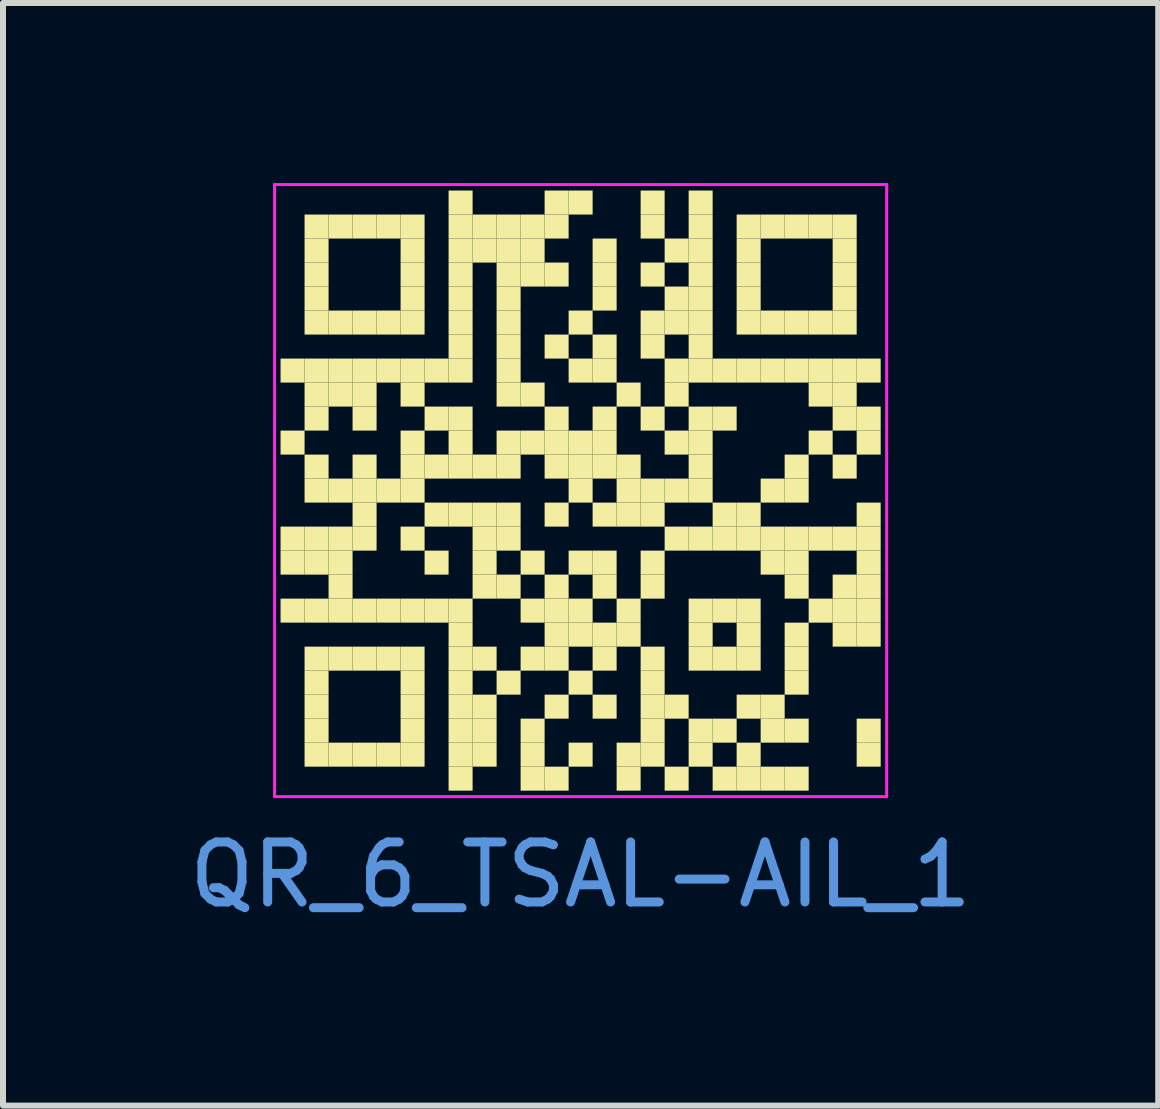
<source format=kicad_pcb>
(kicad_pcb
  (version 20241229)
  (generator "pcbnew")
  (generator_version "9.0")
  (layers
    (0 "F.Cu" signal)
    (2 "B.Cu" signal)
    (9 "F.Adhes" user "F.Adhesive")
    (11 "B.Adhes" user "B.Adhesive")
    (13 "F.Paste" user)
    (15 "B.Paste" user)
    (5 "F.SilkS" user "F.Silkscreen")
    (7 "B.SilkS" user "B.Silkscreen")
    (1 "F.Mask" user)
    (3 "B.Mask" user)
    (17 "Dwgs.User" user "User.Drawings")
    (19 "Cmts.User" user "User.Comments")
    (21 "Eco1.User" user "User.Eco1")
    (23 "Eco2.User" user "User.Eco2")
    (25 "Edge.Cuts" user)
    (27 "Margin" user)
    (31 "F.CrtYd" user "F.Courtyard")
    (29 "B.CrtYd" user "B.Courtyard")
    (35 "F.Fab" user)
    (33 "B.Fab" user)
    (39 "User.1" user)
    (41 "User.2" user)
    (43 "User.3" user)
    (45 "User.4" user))
  (footprint "QR_6_TSAL-AIL_1"
    (layer "F.Cu")
    (at 6.625 5.125)
    (property "Reference" "QR_6_TSAL-AIL_1" (at 0 6.4 0) (layer "Cmts.User") (effects (font (size 1 1) (thickness 0.15))))
    (fp_rect (start -5 -2.2) (end -4.6 -1.8) (stroke (width 0) (type solid)) (fill yes) (layer "F.SilkS"))
    (fp_rect (start -5 -1) (end -4.6 -0.6) (stroke (width 0) (type solid)) (fill yes) (layer "F.SilkS"))
    (fp_rect (start -5 0.6) (end -4.6 1) (stroke (width 0) (type solid)) (fill yes) (layer "F.SilkS"))
    (fp_rect (start -5 1) (end -4.6 1.4) (stroke (width 0) (type solid)) (fill yes) (layer "F.SilkS"))
    (fp_rect (start -5 1.8) (end -4.6 2.2) (stroke (width 0) (type solid)) (fill yes) (layer "F.SilkS"))
    (fp_rect (start -4.6 -4.6) (end -4.2 -4.2) (stroke (width 0) (type solid)) (fill yes) (layer "F.SilkS"))
    (fp_rect (start -4.6 -4.2) (end -4.2 -3.8) (stroke (width 0) (type solid)) (fill yes) (layer "F.SilkS"))
    (fp_rect (start -4.6 -3.8) (end -4.2 -3.4) (stroke (width 0) (type solid)) (fill yes) (layer "F.SilkS"))
    (fp_rect (start -4.6 -3.4) (end -4.2 -3) (stroke (width 0) (type solid)) (fill yes) (layer "F.SilkS"))
    (fp_rect (start -4.6 -3) (end -4.2 -2.6) (stroke (width 0) (type solid)) (fill yes) (layer "F.SilkS"))
    (fp_rect (start -4.6 -2.2) (end -4.2 -1.8) (stroke (width 0) (type solid)) (fill yes) (layer "F.SilkS"))
    (fp_rect (start -4.6 -1.8) (end -4.2 -1.4) (stroke (width 0) (type solid)) (fill yes) (layer "F.SilkS"))
    (fp_rect (start -4.6 -1.4) (end -4.2 -1) (stroke (width 0) (type solid)) (fill yes) (layer "F.SilkS"))
    (fp_rect (start -4.6 -0.6) (end -4.2 -0.2) (stroke (width 0) (type solid)) (fill yes) (layer "F.SilkS"))
    (fp_rect (start -4.6 -0.2) (end -4.2 0.2) (stroke (width 0) (type solid)) (fill yes) (layer "F.SilkS"))
    (fp_rect (start -4.6 0.6) (end -4.2 1) (stroke (width 0) (type solid)) (fill yes) (layer "F.SilkS"))
    (fp_rect (start -4.6 1) (end -4.2 1.4) (stroke (width 0) (type solid)) (fill yes) (layer "F.SilkS"))
    (fp_rect (start -4.6 1.8) (end -4.2 2.2) (stroke (width 0) (type solid)) (fill yes) (layer "F.SilkS"))
    (fp_rect (start -4.6 2.6) (end -4.2 3) (stroke (width 0) (type solid)) (fill yes) (layer "F.SilkS"))
    (fp_rect (start -4.6 3) (end -4.2 3.4) (stroke (width 0) (type solid)) (fill yes) (layer "F.SilkS"))
    (fp_rect (start -4.6 3.4) (end -4.2 3.8) (stroke (width 0) (type solid)) (fill yes) (layer "F.SilkS"))
    (fp_rect (start -4.6 3.8) (end -4.2 4.2) (stroke (width 0) (type solid)) (fill yes) (layer "F.SilkS"))
    (fp_rect (start -4.6 4.2) (end -4.2 4.6) (stroke (width 0) (type solid)) (fill yes) (layer "F.SilkS"))
    (fp_rect (start -4.2 -4.6) (end -3.8 -4.2) (stroke (width 0) (type solid)) (fill yes) (layer "F.SilkS"))
    (fp_rect (start -4.2 -3) (end -3.8 -2.6) (stroke (width 0) (type solid)) (fill yes) (layer "F.SilkS"))
    (fp_rect (start -4.2 -2.2) (end -3.8 -1.8) (stroke (width 0) (type solid)) (fill yes) (layer "F.SilkS"))
    (fp_rect (start -4.2 -1.8) (end -3.8 -1.4) (stroke (width 0) (type solid)) (fill yes) (layer "F.SilkS"))
    (fp_rect (start -4.2 -0.2) (end -3.8 0.2) (stroke (width 0) (type solid)) (fill yes) (layer "F.SilkS"))
    (fp_rect (start -4.2 0.6) (end -3.8 1) (stroke (width 0) (type solid)) (fill yes) (layer "F.SilkS"))
    (fp_rect (start -4.2 1) (end -3.8 1.4) (stroke (width 0) (type solid)) (fill yes) (layer "F.SilkS"))
    (fp_rect (start -4.2 1.4) (end -3.8 1.8) (stroke (width 0) (type solid)) (fill yes) (layer "F.SilkS"))
    (fp_rect (start -4.2 1.8) (end -3.8 2.2) (stroke (width 0) (type solid)) (fill yes) (layer "F.SilkS"))
    (fp_rect (start -4.2 2.6) (end -3.8 3) (stroke (width 0) (type solid)) (fill yes) (layer "F.SilkS"))
    (fp_rect (start -4.2 4.2) (end -3.8 4.6) (stroke (width 0) (type solid)) (fill yes) (layer "F.SilkS"))
    (fp_rect (start -3.8 -4.6) (end -3.4 -4.2) (stroke (width 0) (type solid)) (fill yes) (layer "F.SilkS"))
    (fp_rect (start -3.8 -3) (end -3.4 -2.6) (stroke (width 0) (type solid)) (fill yes) (layer "F.SilkS"))
    (fp_rect (start -3.8 -2.2) (end -3.4 -1.8) (stroke (width 0) (type solid)) (fill yes) (layer "F.SilkS"))
    (fp_rect (start -3.8 -1.8) (end -3.4 -1.4) (stroke (width 0) (type solid)) (fill yes) (layer "F.SilkS"))
    (fp_rect (start -3.8 -1.4) (end -3.4 -1) (stroke (width 0) (type solid)) (fill yes) (layer "F.SilkS"))
    (fp_rect (start -3.8 -0.6) (end -3.4 -0.2) (stroke (width 0) (type solid)) (fill yes) (layer "F.SilkS"))
    (fp_rect (start -3.8 -0.2) (end -3.4 0.2) (stroke (width 0) (type solid)) (fill yes) (layer "F.SilkS"))
    (fp_rect (start -3.8 0.2) (end -3.4 0.6) (stroke (width 0) (type solid)) (fill yes) (layer "F.SilkS"))
    (fp_rect (start -3.8 0.6) (end -3.4 1) (stroke (width 0) (type solid)) (fill yes) (layer "F.SilkS"))
    (fp_rect (start -3.8 1.8) (end -3.4 2.2) (stroke (width 0) (type solid)) (fill yes) (layer "F.SilkS"))
    (fp_rect (start -3.8 2.6) (end -3.4 3) (stroke (width 0) (type solid)) (fill yes) (layer "F.SilkS"))
    (fp_rect (start -3.8 4.2) (end -3.4 4.6) (stroke (width 0) (type solid)) (fill yes) (layer "F.SilkS"))
    (fp_rect (start -3.4 -4.6) (end -3 -4.2) (stroke (width 0) (type solid)) (fill yes) (layer "F.SilkS"))
    (fp_rect (start -3.4 -3) (end -3 -2.6) (stroke (width 0) (type solid)) (fill yes) (layer "F.SilkS"))
    (fp_rect (start -3.4 -2.2) (end -3 -1.8) (stroke (width 0) (type solid)) (fill yes) (layer "F.SilkS"))
    (fp_rect (start -3.4 -0.2) (end -3 0.2) (stroke (width 0) (type solid)) (fill yes) (layer "F.SilkS"))
    (fp_rect (start -3.4 1.8) (end -3 2.2) (stroke (width 0) (type solid)) (fill yes) (layer "F.SilkS"))
    (fp_rect (start -3.4 2.6) (end -3 3) (stroke (width 0) (type solid)) (fill yes) (layer "F.SilkS"))
    (fp_rect (start -3.4 4.2) (end -3 4.6) (stroke (width 0) (type solid)) (fill yes) (layer "F.SilkS"))
    (fp_rect (start -3 -4.6) (end -2.6 -4.2) (stroke (width 0) (type solid)) (fill yes) (layer "F.SilkS"))
    (fp_rect (start -3 -4.2) (end -2.6 -3.8) (stroke (width 0) (type solid)) (fill yes) (layer "F.SilkS"))
    (fp_rect (start -3 -3.8) (end -2.6 -3.4) (stroke (width 0) (type solid)) (fill yes) (layer "F.SilkS"))
    (fp_rect (start -3 -3.4) (end -2.6 -3) (stroke (width 0) (type solid)) (fill yes) (layer "F.SilkS"))
    (fp_rect (start -3 -3) (end -2.6 -2.6) (stroke (width 0) (type solid)) (fill yes) (layer "F.SilkS"))
    (fp_rect (start -3 -2.2) (end -2.6 -1.8) (stroke (width 0) (type solid)) (fill yes) (layer "F.SilkS"))
    (fp_rect (start -3 -1.8) (end -2.6 -1.4) (stroke (width 0) (type solid)) (fill yes) (layer "F.SilkS"))
    (fp_rect (start -3 -1) (end -2.6 -0.6) (stroke (width 0) (type solid)) (fill yes) (layer "F.SilkS"))
    (fp_rect (start -3 -0.6) (end -2.6 -0.2) (stroke (width 0) (type solid)) (fill yes) (layer "F.SilkS"))
    (fp_rect (start -3 -0.2) (end -2.6 0.2) (stroke (width 0) (type solid)) (fill yes) (layer "F.SilkS"))
    (fp_rect (start -3 0.6) (end -2.6 1) (stroke (width 0) (type solid)) (fill yes) (layer "F.SilkS"))
    (fp_rect (start -3 1.8) (end -2.6 2.2) (stroke (width 0) (type solid)) (fill yes) (layer "F.SilkS"))
    (fp_rect (start -3 2.6) (end -2.6 3) (stroke (width 0) (type solid)) (fill yes) (layer "F.SilkS"))
    (fp_rect (start -3 3) (end -2.6 3.4) (stroke (width 0) (type solid)) (fill yes) (layer "F.SilkS"))
    (fp_rect (start -3 3.4) (end -2.6 3.8) (stroke (width 0) (type solid)) (fill yes) (layer "F.SilkS"))
    (fp_rect (start -3 3.8) (end -2.6 4.2) (stroke (width 0) (type solid)) (fill yes) (layer "F.SilkS"))
    (fp_rect (start -3 4.2) (end -2.6 4.6) (stroke (width 0) (type solid)) (fill yes) (layer "F.SilkS"))
    (fp_rect (start -2.6 -2.2) (end -2.2 -1.8) (stroke (width 0) (type solid)) (fill yes) (layer "F.SilkS"))
    (fp_rect (start -2.6 -1.4) (end -2.2 -1) (stroke (width 0) (type solid)) (fill yes) (layer "F.SilkS"))
    (fp_rect (start -2.6 -0.6) (end -2.2 -0.2) (stroke (width 0) (type solid)) (fill yes) (layer "F.SilkS"))
    (fp_rect (start -2.6 0.2) (end -2.2 0.6) (stroke (width 0) (type solid)) (fill yes) (layer "F.SilkS"))
    (fp_rect (start -2.6 1) (end -2.2 1.4) (stroke (width 0) (type solid)) (fill yes) (layer "F.SilkS"))
    (fp_rect (start -2.6 1.8) (end -2.2 2.2) (stroke (width 0) (type solid)) (fill yes) (layer "F.SilkS"))
    (fp_rect (start -2.2 -5) (end -1.8 -4.6) (stroke (width 0) (type solid)) (fill yes) (layer "F.SilkS"))
    (fp_rect (start -2.2 -4.6) (end -1.8 -4.2) (stroke (width 0) (type solid)) (fill yes) (layer "F.SilkS"))
    (fp_rect (start -2.2 -4.2) (end -1.8 -3.8) (stroke (width 0) (type solid)) (fill yes) (layer "F.SilkS"))
    (fp_rect (start -2.2 -3.8) (end -1.8 -3.4) (stroke (width 0) (type solid)) (fill yes) (layer "F.SilkS"))
    (fp_rect (start -2.2 -3.4) (end -1.8 -3) (stroke (width 0) (type solid)) (fill yes) (layer "F.SilkS"))
    (fp_rect (start -2.2 -3) (end -1.8 -2.6) (stroke (width 0) (type solid)) (fill yes) (layer "F.SilkS"))
    (fp_rect (start -2.2 -2.6) (end -1.8 -2.2) (stroke (width 0) (type solid)) (fill yes) (layer "F.SilkS"))
    (fp_rect (start -2.2 -2.2) (end -1.8 -1.8) (stroke (width 0) (type solid)) (fill yes) (layer "F.SilkS"))
    (fp_rect (start -2.2 -1.4) (end -1.8 -1) (stroke (width 0) (type solid)) (fill yes) (layer "F.SilkS"))
    (fp_rect (start -2.2 -1) (end -1.8 -0.6) (stroke (width 0) (type solid)) (fill yes) (layer "F.SilkS"))
    (fp_rect (start -2.2 -0.6) (end -1.8 -0.2) (stroke (width 0) (type solid)) (fill yes) (layer "F.SilkS"))
    (fp_rect (start -2.2 0.2) (end -1.8 0.6) (stroke (width 0) (type solid)) (fill yes) (layer "F.SilkS"))
    (fp_rect (start -2.2 1.8) (end -1.8 2.2) (stroke (width 0) (type solid)) (fill yes) (layer "F.SilkS"))
    (fp_rect (start -2.2 2.2) (end -1.8 2.6) (stroke (width 0) (type solid)) (fill yes) (layer "F.SilkS"))
    (fp_rect (start -2.2 2.6) (end -1.8 3) (stroke (width 0) (type solid)) (fill yes) (layer "F.SilkS"))
    (fp_rect (start -2.2 3) (end -1.8 3.4) (stroke (width 0) (type solid)) (fill yes) (layer "F.SilkS"))
    (fp_rect (start -2.2 3.4) (end -1.8 3.8) (stroke (width 0) (type solid)) (fill yes) (layer "F.SilkS"))
    (fp_rect (start -2.2 3.8) (end -1.8 4.2) (stroke (width 0) (type solid)) (fill yes) (layer "F.SilkS"))
    (fp_rect (start -2.2 4.2) (end -1.8 4.6) (stroke (width 0) (type solid)) (fill yes) (layer "F.SilkS"))
    (fp_rect (start -2.2 4.6) (end -1.8 5) (stroke (width 0) (type solid)) (fill yes) (layer "F.SilkS"))
    (fp_rect (start -1.8 -4.6) (end -1.4 -4.2) (stroke (width 0) (type solid)) (fill yes) (layer "F.SilkS"))
    (fp_rect (start -1.8 -4.2) (end -1.4 -3.8) (stroke (width 0) (type solid)) (fill yes) (layer "F.SilkS"))
    (fp_rect (start -1.8 -0.6) (end -1.4 -0.2) (stroke (width 0) (type solid)) (fill yes) (layer "F.SilkS"))
    (fp_rect (start -1.8 0.2) (end -1.4 0.6) (stroke (width 0) (type solid)) (fill yes) (layer "F.SilkS"))
    (fp_rect (start -1.8 0.6) (end -1.4 1) (stroke (width 0) (type solid)) (fill yes) (layer "F.SilkS"))
    (fp_rect (start -1.8 1) (end -1.4 1.4) (stroke (width 0) (type solid)) (fill yes) (layer "F.SilkS"))
    (fp_rect (start -1.8 1.4) (end -1.4 1.8) (stroke (width 0) (type solid)) (fill yes) (layer "F.SilkS"))
    (fp_rect (start -1.8 2.6) (end -1.4 3) (stroke (width 0) (type solid)) (fill yes) (layer "F.SilkS"))
    (fp_rect (start -1.8 3.4) (end -1.4 3.8) (stroke (width 0) (type solid)) (fill yes) (layer "F.SilkS"))
    (fp_rect (start -1.8 3.8) (end -1.4 4.2) (stroke (width 0) (type solid)) (fill yes) (layer "F.SilkS"))
    (fp_rect (start -1.8 4.2) (end -1.4 4.6) (stroke (width 0) (type solid)) (fill yes) (layer "F.SilkS"))
    (fp_rect (start -1.4 -4.6) (end -1 -4.2) (stroke (width 0) (type solid)) (fill yes) (layer "F.SilkS"))
    (fp_rect (start -1.4 -4.2) (end -1 -3.8) (stroke (width 0) (type solid)) (fill yes) (layer "F.SilkS"))
    (fp_rect (start -1.4 -3.8) (end -1 -3.4) (stroke (width 0) (type solid)) (fill yes) (layer "F.SilkS"))
    (fp_rect (start -1.4 -3.4) (end -1 -3) (stroke (width 0) (type solid)) (fill yes) (layer "F.SilkS"))
    (fp_rect (start -1.4 -3) (end -1 -2.6) (stroke (width 0) (type solid)) (fill yes) (layer "F.SilkS"))
    (fp_rect (start -1.4 -2.6) (end -1 -2.2) (stroke (width 0) (type solid)) (fill yes) (layer "F.SilkS"))
    (fp_rect (start -1.4 -2.2) (end -1 -1.8) (stroke (width 0) (type solid)) (fill yes) (layer "F.SilkS"))
    (fp_rect (start -1.4 -1.8) (end -1 -1.4) (stroke (width 0) (type solid)) (fill yes) (layer "F.SilkS"))
    (fp_rect (start -1.4 -1) (end -1 -0.6) (stroke (width 0) (type solid)) (fill yes) (layer "F.SilkS"))
    (fp_rect (start -1.4 -0.6) (end -1 -0.2) (stroke (width 0) (type solid)) (fill yes) (layer "F.SilkS"))
    (fp_rect (start -1.4 0.2) (end -1 0.6) (stroke (width 0) (type solid)) (fill yes) (layer "F.SilkS"))
    (fp_rect (start -1.4 0.6) (end -1 1) (stroke (width 0) (type solid)) (fill yes) (layer "F.SilkS"))
    (fp_rect (start -1.4 1.4) (end -1 1.8) (stroke (width 0) (type solid)) (fill yes) (layer "F.SilkS"))
    (fp_rect (start -1.4 3) (end -1 3.4) (stroke (width 0) (type solid)) (fill yes) (layer "F.SilkS"))
    (fp_rect (start -1 -4.6) (end -0.6 -4.2) (stroke (width 0) (type solid)) (fill yes) (layer "F.SilkS"))
    (fp_rect (start -1 -4.2) (end -0.6 -3.8) (stroke (width 0) (type solid)) (fill yes) (layer "F.SilkS"))
    (fp_rect (start -1 -3.8) (end -0.6 -3.4) (stroke (width 0) (type solid)) (fill yes) (layer "F.SilkS"))
    (fp_rect (start -1 -1.8) (end -0.6 -1.4) (stroke (width 0) (type solid)) (fill yes) (layer "F.SilkS"))
    (fp_rect (start -1 -1) (end -0.6 -0.6) (stroke (width 0) (type solid)) (fill yes) (layer "F.SilkS"))
    (fp_rect (start -1 1) (end -0.6 1.4) (stroke (width 0) (type solid)) (fill yes) (layer "F.SilkS"))
    (fp_rect (start -1 1.8) (end -0.6 2.2) (stroke (width 0) (type solid)) (fill yes) (layer "F.SilkS"))
    (fp_rect (start -1 2.6) (end -0.6 3) (stroke (width 0) (type solid)) (fill yes) (layer "F.SilkS"))
    (fp_rect (start -1 3.8) (end -0.6 4.2) (stroke (width 0) (type solid)) (fill yes) (layer "F.SilkS"))
    (fp_rect (start -1 4.2) (end -0.6 4.6) (stroke (width 0) (type solid)) (fill yes) (layer "F.SilkS"))
    (fp_rect (start -1 4.6) (end -0.6 5) (stroke (width 0) (type solid)) (fill yes) (layer "F.SilkS"))
    (fp_rect (start -0.6 -5) (end -0.2 -4.6) (stroke (width 0) (type solid)) (fill yes) (layer "F.SilkS"))
    (fp_rect (start -0.6 -4.6) (end -0.2 -4.2) (stroke (width 0) (type solid)) (fill yes) (layer "F.SilkS"))
    (fp_rect (start -0.6 -3.8) (end -0.2 -3.4) (stroke (width 0) (type solid)) (fill yes) (layer "F.SilkS"))
    (fp_rect (start -0.6 -2.6) (end -0.2 -2.2) (stroke (width 0) (type solid)) (fill yes) (layer "F.SilkS"))
    (fp_rect (start -0.6 -1.4) (end -0.2 -1) (stroke (width 0) (type solid)) (fill yes) (layer "F.SilkS"))
    (fp_rect (start -0.6 -1) (end -0.2 -0.6) (stroke (width 0) (type solid)) (fill yes) (layer "F.SilkS"))
    (fp_rect (start -0.6 -0.6) (end -0.2 -0.2) (stroke (width 0) (type solid)) (fill yes) (layer "F.SilkS"))
    (fp_rect (start -0.6 0.2) (end -0.2 0.6) (stroke (width 0) (type solid)) (fill yes) (layer "F.SilkS"))
    (fp_rect (start -0.6 1.4) (end -0.2 1.8) (stroke (width 0) (type solid)) (fill yes) (layer "F.SilkS"))
    (fp_rect (start -0.6 1.8) (end -0.2 2.2) (stroke (width 0) (type solid)) (fill yes) (layer "F.SilkS"))
    (fp_rect (start -0.6 2.2) (end -0.2 2.6) (stroke (width 0) (type solid)) (fill yes) (layer "F.SilkS"))
    (fp_rect (start -0.6 2.6) (end -0.2 3) (stroke (width 0) (type solid)) (fill yes) (layer "F.SilkS"))
    (fp_rect (start -0.6 3.4) (end -0.2 3.8) (stroke (width 0) (type solid)) (fill yes) (layer "F.SilkS"))
    (fp_rect (start -0.6 4.6) (end -0.2 5) (stroke (width 0) (type solid)) (fill yes) (layer "F.SilkS"))
    (fp_rect (start -0.2 -5) (end 0.2 -4.6) (stroke (width 0) (type solid)) (fill yes) (layer "F.SilkS"))
    (fp_rect (start -0.2 -3) (end 0.2 -2.6) (stroke (width 0) (type solid)) (fill yes) (layer "F.SilkS"))
    (fp_rect (start -0.2 -2.2) (end 0.2 -1.8) (stroke (width 0) (type solid)) (fill yes) (layer "F.SilkS"))
    (fp_rect (start -0.2 -1) (end 0.2 -0.6) (stroke (width 0) (type solid)) (fill yes) (layer "F.SilkS"))
    (fp_rect (start -0.2 -0.6) (end 0.2 -0.2) (stroke (width 0) (type solid)) (fill yes) (layer "F.SilkS"))
    (fp_rect (start -0.2 -0.2) (end 0.2 0.2) (stroke (width 0) (type solid)) (fill yes) (layer "F.SilkS"))
    (fp_rect (start -0.2 1) (end 0.2 1.4) (stroke (width 0) (type solid)) (fill yes) (layer "F.SilkS"))
    (fp_rect (start -0.2 1.8) (end 0.2 2.2) (stroke (width 0) (type solid)) (fill yes) (layer "F.SilkS"))
    (fp_rect (start -0.2 2.2) (end 0.2 2.6) (stroke (width 0) (type solid)) (fill yes) (layer "F.SilkS"))
    (fp_rect (start -0.2 3) (end 0.2 3.4) (stroke (width 0) (type solid)) (fill yes) (layer "F.SilkS"))
    (fp_rect (start -0.2 4.2) (end 0.2 4.6) (stroke (width 0) (type solid)) (fill yes) (layer "F.SilkS"))
    (fp_rect (start 0.2 -4.2) (end 0.6 -3.8) (stroke (width 0) (type solid)) (fill yes) (layer "F.SilkS"))
    (fp_rect (start 0.2 -3.8) (end 0.6 -3.4) (stroke (width 0) (type solid)) (fill yes) (layer "F.SilkS"))
    (fp_rect (start 0.2 -3.4) (end 0.6 -3) (stroke (width 0) (type solid)) (fill yes) (layer "F.SilkS"))
    (fp_rect (start 0.2 -2.6) (end 0.6 -2.2) (stroke (width 0) (type solid)) (fill yes) (layer "F.SilkS"))
    (fp_rect (start 0.2 -2.2) (end 0.6 -1.8) (stroke (width 0) (type solid)) (fill yes) (layer "F.SilkS"))
    (fp_rect (start 0.2 -1.4) (end 0.6 -1) (stroke (width 0) (type solid)) (fill yes) (layer "F.SilkS"))
    (fp_rect (start 0.2 -1) (end 0.6 -0.6) (stroke (width 0) (type solid)) (fill yes) (layer "F.SilkS"))
    (fp_rect (start 0.2 -0.6) (end 0.6 -0.2) (stroke (width 0) (type solid)) (fill yes) (layer "F.SilkS"))
    (fp_rect (start 0.2 0.2) (end 0.6 0.6) (stroke (width 0) (type solid)) (fill yes) (layer "F.SilkS"))
    (fp_rect (start 0.2 1) (end 0.6 1.4) (stroke (width 0) (type solid)) (fill yes) (layer "F.SilkS"))
    (fp_rect (start 0.2 1.4) (end 0.6 1.8) (stroke (width 0) (type solid)) (fill yes) (layer "F.SilkS"))
    (fp_rect (start 0.2 2.2) (end 0.6 2.6) (stroke (width 0) (type solid)) (fill yes) (layer "F.SilkS"))
    (fp_rect (start 0.2 2.6) (end 0.6 3) (stroke (width 0) (type solid)) (fill yes) (layer "F.SilkS"))
    (fp_rect (start 0.2 3.4) (end 0.6 3.8) (stroke (width 0) (type solid)) (fill yes) (layer "F.SilkS"))
    (fp_rect (start 0.6 -1.8) (end 1 -1.4) (stroke (width 0) (type solid)) (fill yes) (layer "F.SilkS"))
    (fp_rect (start 0.6 -0.6) (end 1 -0.2) (stroke (width 0) (type solid)) (fill yes) (layer "F.SilkS"))
    (fp_rect (start 0.6 -0.2) (end 1 0.2) (stroke (width 0) (type solid)) (fill yes) (layer "F.SilkS"))
    (fp_rect (start 0.6 0.2) (end 1 0.6) (stroke (width 0) (type solid)) (fill yes) (layer "F.SilkS"))
    (fp_rect (start 0.6 1.8) (end 1 2.2) (stroke (width 0) (type solid)) (fill yes) (layer "F.SilkS"))
    (fp_rect (start 0.6 2.2) (end 1 2.6) (stroke (width 0) (type solid)) (fill yes) (layer "F.SilkS"))
    (fp_rect (start 0.6 4.2) (end 1 4.6) (stroke (width 0) (type solid)) (fill yes) (layer "F.SilkS"))
    (fp_rect (start 0.6 4.6) (end 1 5) (stroke (width 0) (type solid)) (fill yes) (layer "F.SilkS"))
    (fp_rect (start 1 -5) (end 1.4 -4.6) (stroke (width 0) (type solid)) (fill yes) (layer "F.SilkS"))
    (fp_rect (start 1 -4.6) (end 1.4 -4.2) (stroke (width 0) (type solid)) (fill yes) (layer "F.SilkS"))
    (fp_rect (start 1 -3.8) (end 1.4 -3.4) (stroke (width 0) (type solid)) (fill yes) (layer "F.SilkS"))
    (fp_rect (start 1 -3) (end 1.4 -2.6) (stroke (width 0) (type solid)) (fill yes) (layer "F.SilkS"))
    (fp_rect (start 1 -2.6) (end 1.4 -2.2) (stroke (width 0) (type solid)) (fill yes) (layer "F.SilkS"))
    (fp_rect (start 1 -1.4) (end 1.4 -1) (stroke (width 0) (type solid)) (fill yes) (layer "F.SilkS"))
    (fp_rect (start 1 -0.2) (end 1.4 0.2) (stroke (width 0) (type solid)) (fill yes) (layer "F.SilkS"))
    (fp_rect (start 1 0.2) (end 1.4 0.6) (stroke (width 0) (type solid)) (fill yes) (layer "F.SilkS"))
    (fp_rect (start 1 1) (end 1.4 1.4) (stroke (width 0) (type solid)) (fill yes) (layer "F.SilkS"))
    (fp_rect (start 1 1.4) (end 1.4 1.8) (stroke (width 0) (type solid)) (fill yes) (layer "F.SilkS"))
    (fp_rect (start 1 2.6) (end 1.4 3) (stroke (width 0) (type solid)) (fill yes) (layer "F.SilkS"))
    (fp_rect (start 1 3) (end 1.4 3.4) (stroke (width 0) (type solid)) (fill yes) (layer "F.SilkS"))
    (fp_rect (start 1 3.4) (end 1.4 3.8) (stroke (width 0) (type solid)) (fill yes) (layer "F.SilkS"))
    (fp_rect (start 1 3.8) (end 1.4 4.2) (stroke (width 0) (type solid)) (fill yes) (layer "F.SilkS"))
    (fp_rect (start 1 4.2) (end 1.4 4.6) (stroke (width 0) (type solid)) (fill yes) (layer "F.SilkS"))
    (fp_rect (start 1.4 -4.2) (end 1.8 -3.8) (stroke (width 0) (type solid)) (fill yes) (layer "F.SilkS"))
    (fp_rect (start 1.4 -3.4) (end 1.8 -3) (stroke (width 0) (type solid)) (fill yes) (layer "F.SilkS"))
    (fp_rect (start 1.4 -3) (end 1.8 -2.6) (stroke (width 0) (type solid)) (fill yes) (layer "F.SilkS"))
    (fp_rect (start 1.4 -2.2) (end 1.8 -1.8) (stroke (width 0) (type solid)) (fill yes) (layer "F.SilkS"))
    (fp_rect (start 1.4 -1.8) (end 1.8 -1.4) (stroke (width 0) (type solid)) (fill yes) (layer "F.SilkS"))
    (fp_rect (start 1.4 -1) (end 1.8 -0.6) (stroke (width 0) (type solid)) (fill yes) (layer "F.SilkS"))
    (fp_rect (start 1.4 -0.2) (end 1.8 0.2) (stroke (width 0) (type solid)) (fill yes) (layer "F.SilkS"))
    (fp_rect (start 1.4 0.6) (end 1.8 1) (stroke (width 0) (type solid)) (fill yes) (layer "F.SilkS"))
    (fp_rect (start 1.4 3.4) (end 1.8 3.8) (stroke (width 0) (type solid)) (fill yes) (layer "F.SilkS"))
    (fp_rect (start 1.4 4.6) (end 1.8 5) (stroke (width 0) (type solid)) (fill yes) (layer "F.SilkS"))
    (fp_rect (start 1.8 -5) (end 2.2 -4.6) (stroke (width 0) (type solid)) (fill yes) (layer "F.SilkS"))
    (fp_rect (start 1.8 -4.6) (end 2.2 -4.2) (stroke (width 0) (type solid)) (fill yes) (layer "F.SilkS"))
    (fp_rect (start 1.8 -4.2) (end 2.2 -3.8) (stroke (width 0) (type solid)) (fill yes) (layer "F.SilkS"))
    (fp_rect (start 1.8 -3.8) (end 2.2 -3.4) (stroke (width 0) (type solid)) (fill yes) (layer "F.SilkS"))
    (fp_rect (start 1.8 -3.4) (end 2.2 -3) (stroke (width 0) (type solid)) (fill yes) (layer "F.SilkS"))
    (fp_rect (start 1.8 -3) (end 2.2 -2.6) (stroke (width 0) (type solid)) (fill yes) (layer "F.SilkS"))
    (fp_rect (start 1.8 -2.6) (end 2.2 -2.2) (stroke (width 0) (type solid)) (fill yes) (layer "F.SilkS"))
    (fp_rect (start 1.8 -2.2) (end 2.2 -1.8) (stroke (width 0) (type solid)) (fill yes) (layer "F.SilkS"))
    (fp_rect (start 1.8 -1.4) (end 2.2 -1) (stroke (width 0) (type solid)) (fill yes) (layer "F.SilkS"))
    (fp_rect (start 1.8 -1) (end 2.2 -0.6) (stroke (width 0) (type solid)) (fill yes) (layer "F.SilkS"))
    (fp_rect (start 1.8 -0.6) (end 2.2 -0.2) (stroke (width 0) (type solid)) (fill yes) (layer "F.SilkS"))
    (fp_rect (start 1.8 -0.2) (end 2.2 0.2) (stroke (width 0) (type solid)) (fill yes) (layer "F.SilkS"))
    (fp_rect (start 1.8 0.6) (end 2.2 1) (stroke (width 0) (type solid)) (fill yes) (layer "F.SilkS"))
    (fp_rect (start 1.8 1.8) (end 2.2 2.2) (stroke (width 0) (type solid)) (fill yes) (layer "F.SilkS"))
    (fp_rect (start 1.8 2.2) (end 2.2 2.6) (stroke (width 0) (type solid)) (fill yes) (layer "F.SilkS"))
    (fp_rect (start 1.8 2.6) (end 2.2 3) (stroke (width 0) (type solid)) (fill yes) (layer "F.SilkS"))
    (fp_rect (start 1.8 3.8) (end 2.2 4.2) (stroke (width 0) (type solid)) (fill yes) (layer "F.SilkS"))
    (fp_rect (start 1.8 4.2) (end 2.2 4.6) (stroke (width 0) (type solid)) (fill yes) (layer "F.SilkS"))
    (fp_rect (start 2.2 -2.2) (end 2.6 -1.8) (stroke (width 0) (type solid)) (fill yes) (layer "F.SilkS"))
    (fp_rect (start 2.2 -1.4) (end 2.6 -1) (stroke (width 0) (type solid)) (fill yes) (layer "F.SilkS"))
    (fp_rect (start 2.2 0.2) (end 2.6 0.6) (stroke (width 0) (type solid)) (fill yes) (layer "F.SilkS"))
    (fp_rect (start 2.2 0.6) (end 2.6 1) (stroke (width 0) (type solid)) (fill yes) (layer "F.SilkS"))
    (fp_rect (start 2.2 1.8) (end 2.6 2.2) (stroke (width 0) (type solid)) (fill yes) (layer "F.SilkS"))
    (fp_rect (start 2.2 2.6) (end 2.6 3) (stroke (width 0) (type solid)) (fill yes) (layer "F.SilkS"))
    (fp_rect (start 2.2 3.8) (end 2.6 4.2) (stroke (width 0) (type solid)) (fill yes) (layer "F.SilkS"))
    (fp_rect (start 2.2 4.6) (end 2.6 5) (stroke (width 0) (type solid)) (fill yes) (layer "F.SilkS"))
    (fp_rect (start 2.6 -4.6) (end 3 -4.2) (stroke (width 0) (type solid)) (fill yes) (layer "F.SilkS"))
    (fp_rect (start 2.6 -4.2) (end 3 -3.8) (stroke (width 0) (type solid)) (fill yes) (layer "F.SilkS"))
    (fp_rect (start 2.6 -3.8) (end 3 -3.4) (stroke (width 0) (type solid)) (fill yes) (layer "F.SilkS"))
    (fp_rect (start 2.6 -3.4) (end 3 -3) (stroke (width 0) (type solid)) (fill yes) (layer "F.SilkS"))
    (fp_rect (start 2.6 -3) (end 3 -2.6) (stroke (width 0) (type solid)) (fill yes) (layer "F.SilkS"))
    (fp_rect (start 2.6 -2.2) (end 3 -1.8) (stroke (width 0) (type solid)) (fill yes) (layer "F.SilkS"))
    (fp_rect (start 2.6 0.2) (end 3 0.6) (stroke (width 0) (type solid)) (fill yes) (layer "F.SilkS"))
    (fp_rect (start 2.6 0.6) (end 3 1) (stroke (width 0) (type solid)) (fill yes) (layer "F.SilkS"))
    (fp_rect (start 2.6 1.8) (end 3 2.2) (stroke (width 0) (type solid)) (fill yes) (layer "F.SilkS"))
    (fp_rect (start 2.6 2.2) (end 3 2.6) (stroke (width 0) (type solid)) (fill yes) (layer "F.SilkS"))
    (fp_rect (start 2.6 2.6) (end 3 3) (stroke (width 0) (type solid)) (fill yes) (layer "F.SilkS"))
    (fp_rect (start 2.6 3.4) (end 3 3.8) (stroke (width 0) (type solid)) (fill yes) (layer "F.SilkS"))
    (fp_rect (start 2.6 4.2) (end 3 4.6) (stroke (width 0) (type solid)) (fill yes) (layer "F.SilkS"))
    (fp_rect (start 2.6 4.6) (end 3 5) (stroke (width 0) (type solid)) (fill yes) (layer "F.SilkS"))
    (fp_rect (start 3 -4.6) (end 3.4 -4.2) (stroke (width 0) (type solid)) (fill yes) (layer "F.SilkS"))
    (fp_rect (start 3 -3) (end 3.4 -2.6) (stroke (width 0) (type solid)) (fill yes) (layer "F.SilkS"))
    (fp_rect (start 3 -2.2) (end 3.4 -1.8) (stroke (width 0) (type solid)) (fill yes) (layer "F.SilkS"))
    (fp_rect (start 3 -0.2) (end 3.4 0.2) (stroke (width 0) (type solid)) (fill yes) (layer "F.SilkS"))
    (fp_rect (start 3 0.6) (end 3.4 1) (stroke (width 0) (type solid)) (fill yes) (layer "F.SilkS"))
    (fp_rect (start 3 1) (end 3.4 1.4) (stroke (width 0) (type solid)) (fill yes) (layer "F.SilkS"))
    (fp_rect (start 3 3.4) (end 3.4 3.8) (stroke (width 0) (type solid)) (fill yes) (layer "F.SilkS"))
    (fp_rect (start 3 3.8) (end 3.4 4.2) (stroke (width 0) (type solid)) (fill yes) (layer "F.SilkS"))
    (fp_rect (start 3 4.6) (end 3.4 5) (stroke (width 0) (type solid)) (fill yes) (layer "F.SilkS"))
    (fp_rect (start 3.4 -4.6) (end 3.8 -4.2) (stroke (width 0) (type solid)) (fill yes) (layer "F.SilkS"))
    (fp_rect (start 3.4 -3) (end 3.8 -2.6) (stroke (width 0) (type solid)) (fill yes) (layer "F.SilkS"))
    (fp_rect (start 3.4 -2.2) (end 3.8 -1.8) (stroke (width 0) (type solid)) (fill yes) (layer "F.SilkS"))
    (fp_rect (start 3.4 -0.6) (end 3.8 -0.2) (stroke (width 0) (type solid)) (fill yes) (layer "F.SilkS"))
    (fp_rect (start 3.4 -0.2) (end 3.8 0.2) (stroke (width 0) (type solid)) (fill yes) (layer "F.SilkS"))
    (fp_rect (start 3.4 0.6) (end 3.8 1) (stroke (width 0) (type solid)) (fill yes) (layer "F.SilkS"))
    (fp_rect (start 3.4 1) (end 3.8 1.4) (stroke (width 0) (type solid)) (fill yes) (layer "F.SilkS"))
    (fp_rect (start 3.4 1.4) (end 3.8 1.8) (stroke (width 0) (type solid)) (fill yes) (layer "F.SilkS"))
    (fp_rect (start 3.4 2.2) (end 3.8 2.6) (stroke (width 0) (type solid)) (fill yes) (layer "F.SilkS"))
    (fp_rect (start 3.4 2.6) (end 3.8 3) (stroke (width 0) (type solid)) (fill yes) (layer "F.SilkS"))
    (fp_rect (start 3.4 3) (end 3.8 3.4) (stroke (width 0) (type solid)) (fill yes) (layer "F.SilkS"))
    (fp_rect (start 3.4 3.8) (end 3.8 4.2) (stroke (width 0) (type solid)) (fill yes) (layer "F.SilkS"))
    (fp_rect (start 3.4 4.6) (end 3.8 5) (stroke (width 0) (type solid)) (fill yes) (layer "F.SilkS"))
    (fp_rect (start 3.8 -4.6) (end 4.2 -4.2) (stroke (width 0) (type solid)) (fill yes) (layer "F.SilkS"))
    (fp_rect (start 3.8 -3) (end 4.2 -2.6) (stroke (width 0) (type solid)) (fill yes) (layer "F.SilkS"))
    (fp_rect (start 3.8 -2.2) (end 4.2 -1.8) (stroke (width 0) (type solid)) (fill yes) (layer "F.SilkS"))
    (fp_rect (start 3.8 -1.8) (end 4.2 -1.4) (stroke (width 0) (type solid)) (fill yes) (layer "F.SilkS"))
    (fp_rect (start 3.8 -1) (end 4.2 -0.6) (stroke (width 0) (type solid)) (fill yes) (layer "F.SilkS"))
    (fp_rect (start 3.8 0.6) (end 4.2 1) (stroke (width 0) (type solid)) (fill yes) (layer "F.SilkS"))
    (fp_rect (start 3.8 1.8) (end 4.2 2.2) (stroke (width 0) (type solid)) (fill yes) (layer "F.SilkS"))
    (fp_rect (start 4.2 -4.6) (end 4.6 -4.2) (stroke (width 0) (type solid)) (fill yes) (layer "F.SilkS"))
    (fp_rect (start 4.2 -4.2) (end 4.6 -3.8) (stroke (width 0) (type solid)) (fill yes) (layer "F.SilkS"))
    (fp_rect (start 4.2 -3.8) (end 4.6 -3.4) (stroke (width 0) (type solid)) (fill yes) (layer "F.SilkS"))
    (fp_rect (start 4.2 -3.4) (end 4.6 -3) (stroke (width 0) (type solid)) (fill yes) (layer "F.SilkS"))
    (fp_rect (start 4.2 -3) (end 4.6 -2.6) (stroke (width 0) (type solid)) (fill yes) (layer "F.SilkS"))
    (fp_rect (start 4.2 -2.2) (end 4.6 -1.8) (stroke (width 0) (type solid)) (fill yes) (layer "F.SilkS"))
    (fp_rect (start 4.2 -1.8) (end 4.6 -1.4) (stroke (width 0) (type solid)) (fill yes) (layer "F.SilkS"))
    (fp_rect (start 4.2 -1.4) (end 4.6 -1) (stroke (width 0) (type solid)) (fill yes) (layer "F.SilkS"))
    (fp_rect (start 4.2 -0.6) (end 4.6 -0.2) (stroke (width 0) (type solid)) (fill yes) (layer "F.SilkS"))
    (fp_rect (start 4.2 0.6) (end 4.6 1) (stroke (width 0) (type solid)) (fill yes) (layer "F.SilkS"))
    (fp_rect (start 4.2 1.4) (end 4.6 1.8) (stroke (width 0) (type solid)) (fill yes) (layer "F.SilkS"))
    (fp_rect (start 4.2 1.8) (end 4.6 2.2) (stroke (width 0) (type solid)) (fill yes) (layer "F.SilkS"))
    (fp_rect (start 4.2 2.2) (end 4.6 2.6) (stroke (width 0) (type solid)) (fill yes) (layer "F.SilkS"))
    (fp_rect (start 4.6 -2.2) (end 5 -1.8) (stroke (width 0) (type solid)) (fill yes) (layer "F.SilkS"))
    (fp_rect (start 4.6 -1.4) (end 5 -1) (stroke (width 0) (type solid)) (fill yes) (layer "F.SilkS"))
    (fp_rect (start 4.6 -1) (end 5 -0.6) (stroke (width 0) (type solid)) (fill yes) (layer "F.SilkS"))
    (fp_rect (start 4.6 0.2) (end 5 0.6) (stroke (width 0) (type solid)) (fill yes) (layer "F.SilkS"))
    (fp_rect (start 4.6 0.6) (end 5 1) (stroke (width 0) (type solid)) (fill yes) (layer "F.SilkS"))
    (fp_rect (start 4.6 1) (end 5 1.4) (stroke (width 0) (type solid)) (fill yes) (layer "F.SilkS"))
    (fp_rect (start 4.6 1.4) (end 5 1.8) (stroke (width 0) (type solid)) (fill yes) (layer "F.SilkS"))
    (fp_rect (start 4.6 1.8) (end 5 2.2) (stroke (width 0) (type solid)) (fill yes) (layer "F.SilkS"))
    (fp_rect (start 4.6 2.2) (end 5 2.6) (stroke (width 0) (type solid)) (fill yes) (layer "F.SilkS"))
    (fp_rect (start 4.6 3.8) (end 5 4.2) (stroke (width 0) (type solid)) (fill yes) (layer "F.SilkS"))
    (fp_rect (start 4.6 4.2) (end 5 4.6) (stroke (width 0) (type solid)) (fill yes) (layer "F.SilkS"))
    (fp_line (start -5.1 -5.1) (end 5.1 -5.1) (stroke (width 0.05) (type solid)) (layer "F.CrtYd"))
    (fp_line (start -5.1 5.1) (end -5.1 -5.1) (stroke (width 0.05) (type solid)) (layer "F.CrtYd"))
    (fp_line (start 5.1 -5.1) (end 5.1 5.1) (stroke (width 0.05) (type solid)) (layer "F.CrtYd"))
    (fp_line (start 5.1 5.1) (end -5.1 5.1) (stroke (width 0.05) (type solid)) (layer "F.CrtYd")))
  (gr_rect
    (start -3 -3)
    (end 16.25 15.373)
    (stroke (width 0.1) (type default))
    (fill no)
    (layer "Edge.Cuts")))
</source>
